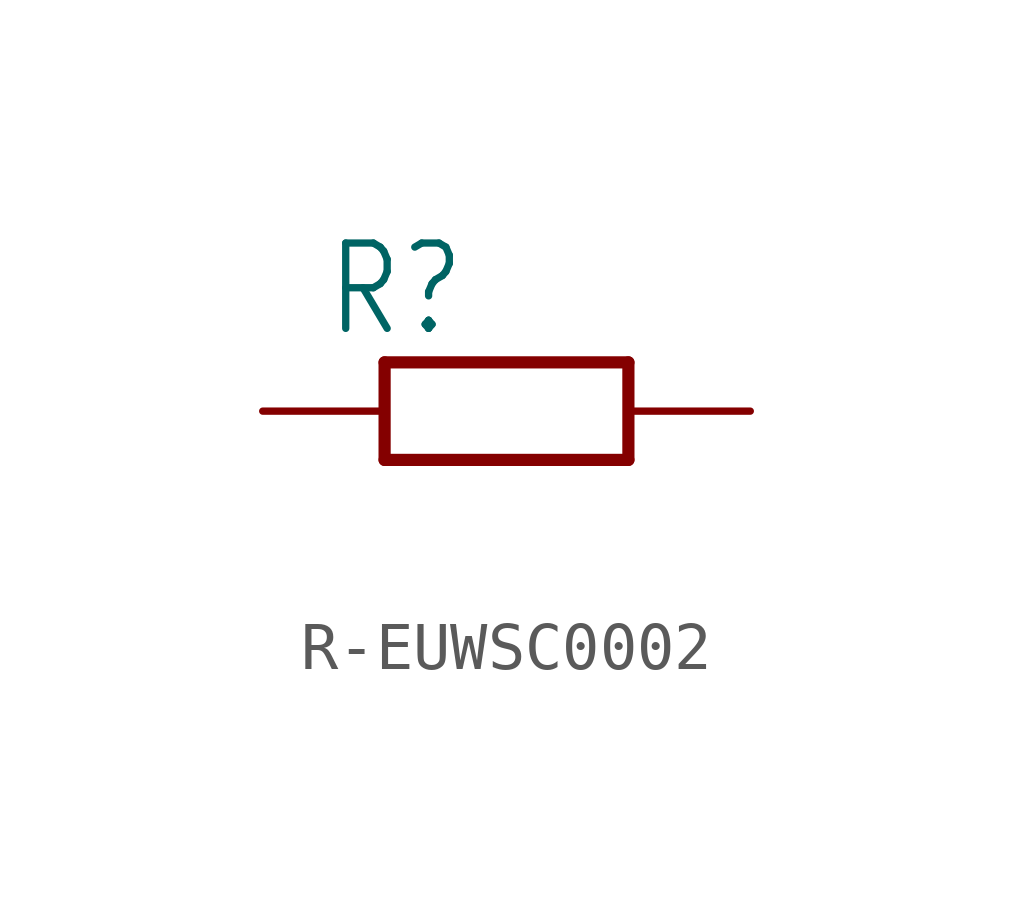
<source format=kicad_sym>
(kicad_symbol_lib
  (version 20220914)
  (generator kicad_symbol_editor)
  (symbol "R-EUWSC0002"
    (property "Reference" "R"
      (at -3.81 1.499 0)
      (effects (font (size 1.778 1.511)) (justify left bottom)))
    (property "Value" ""
      (at -3.81 -3.302 0)
      (effects (font (size 1.778 1.511)) (justify left bottom)))
    (property "ki_locked" ""
      (at 0 0 0)
      (effects (font (size 1.27 1.27))))
    (symbol "R-EUWSC0002_1_0"
      (polyline (pts (xy -2.54 -1.016) (xy -2.54 1.016)) (stroke (width 0.254) (type solid)) (fill (type none)))
      (polyline (pts (xy -2.54 1.016) (xy 2.54 1.016)) (stroke (width 0.254) (type solid)) (fill (type none)))
      (polyline (pts (xy 2.54 -1.016) (xy -2.54 -1.016)) (stroke (width 0.254) (type solid)) (fill (type none)))
      (polyline (pts (xy 2.54 1.016) (xy 2.54 -1.016)) (stroke (width 0.254) (type solid)) (fill (type none)))
      (pin passive line (at -5.08 0 0) (length 2.54) (name "1" (effects (font (size 0 0)))) (number "1" (effects (font (size 0 0)))))
      (pin passive line (at 5.08 0 180) (length 2.54) (name "2" (effects (font (size 0 0)))) (number "2" (effects (font (size 0 0))))))))
</source>
